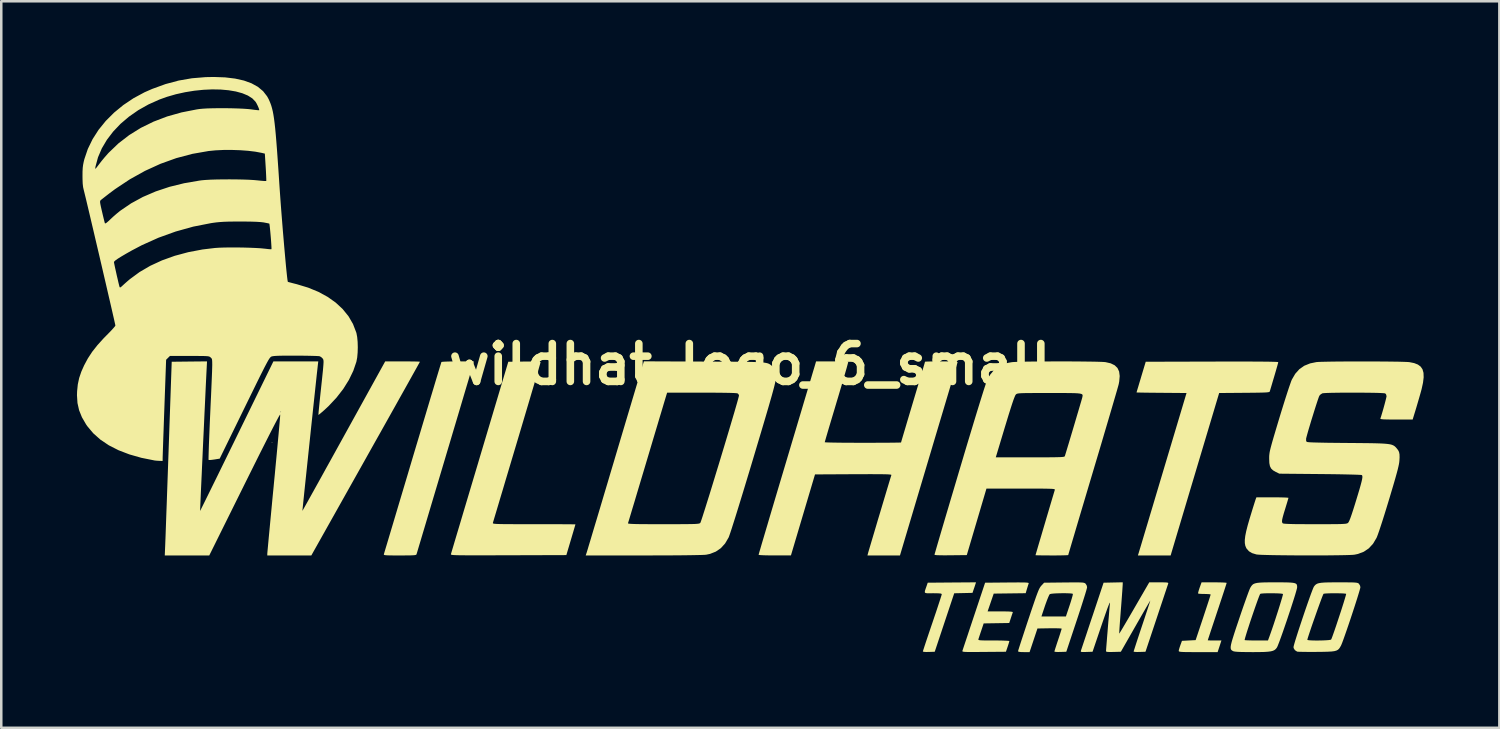
<source format=kicad_pcb>
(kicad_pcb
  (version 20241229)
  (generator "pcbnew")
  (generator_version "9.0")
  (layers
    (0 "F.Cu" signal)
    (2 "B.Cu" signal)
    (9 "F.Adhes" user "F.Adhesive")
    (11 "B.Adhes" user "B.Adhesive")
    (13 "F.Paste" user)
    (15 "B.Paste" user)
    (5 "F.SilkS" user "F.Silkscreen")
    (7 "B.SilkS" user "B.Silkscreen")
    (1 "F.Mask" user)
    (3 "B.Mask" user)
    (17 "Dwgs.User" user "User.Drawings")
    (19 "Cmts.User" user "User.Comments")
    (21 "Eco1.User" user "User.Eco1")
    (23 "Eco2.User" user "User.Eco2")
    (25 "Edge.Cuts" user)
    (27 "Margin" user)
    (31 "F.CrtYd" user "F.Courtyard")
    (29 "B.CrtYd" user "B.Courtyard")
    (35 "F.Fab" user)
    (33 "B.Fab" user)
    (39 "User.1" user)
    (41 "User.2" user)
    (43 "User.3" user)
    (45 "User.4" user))
  (footprint "wildhat_logo_6_small"
    (layer "F.Cu")
    (at 26.692 11.385)
    (property "Reference" "wildhat_logo_6_small" (at 0 0 0) (layer "F.SilkS") (effects (font (size 1.5 1.5) (thickness 0.3))))
    (attr board_only exclude_from_pos_files exclude_from_bom)
    (fp_poly (pts (xy -18.949 3.096) (xy -18.964 3.11) (xy -18.978 3.096) (xy -18.964 3.081)) (stroke (width 0) (type solid)) (fill yes) (layer "F.SilkS"))
    (fp_poly (pts (xy 8.911 8.704) (xy 8.89 8.769) (xy 8.859 8.862) (xy 8.841 8.913) (xy 8.792 9.057) (xy 8.43 9.065) (xy 8.068 9.073) (xy 7.682 10.231) (xy 7.296 11.39) (xy 7.06 11.398) (xy 6.95 11.399) (xy 6.869 11.394) (xy 6.828 11.383) (xy 6.825 11.38) (xy 6.834 11.347) (xy 6.86 11.267) (xy 6.9 11.143) (xy 6.953 10.983) (xy 7.017 10.792) (xy 7.09 10.576) (xy 7.169 10.341) (xy 7.2 10.252) (xy 7.281 10.011) (xy 7.357 9.787) (xy 7.424 9.584) (xy 7.481 9.41) (xy 7.526 9.271) (xy 7.558 9.171) (xy 7.573 9.118) (xy 7.574 9.111) (xy 7.563 9.094) (xy 7.524 9.082) (xy 7.449 9.075) (xy 7.33 9.072) (xy 7.226 9.071) (xy 7.077 9.073) (xy 6.977 9.071) (xy 6.921 9.058) (xy 6.901 9.028) (xy 6.909 8.972) (xy 6.939 8.882) (xy 6.969 8.798) (xy 7.018 8.654) (xy 7.975 8.646) (xy 8.932 8.639)) (stroke (width 0) (type solid)) (fill yes) (layer "F.SilkS"))
    (fp_poly (pts (xy 18.528 8.641) (xy 18.668 8.644) (xy 18.776 8.649) (xy 18.844 8.655) (xy 18.863 8.661) (xy 18.854 8.693) (xy 18.829 8.773) (xy 18.789 8.896) (xy 18.737 9.055) (xy 18.674 9.247) (xy 18.602 9.463) (xy 18.524 9.699) (xy 18.488 9.806) (xy 18.408 10.048) (xy 18.333 10.272) (xy 18.266 10.473) (xy 18.209 10.645) (xy 18.164 10.783) (xy 18.132 10.879) (xy 18.116 10.93) (xy 18.114 10.936) (xy 18.141 10.939) (xy 18.212 10.942) (xy 18.317 10.943) (xy 18.385 10.943) (xy 18.656 10.943) (xy 18.581 11.174) (xy 18.505 11.404) (xy 17.734 11.404) (xy 17.502 11.404) (xy 17.322 11.403) (xy 17.187 11.401) (xy 17.091 11.397) (xy 17.027 11.391) (xy 16.988 11.383) (xy 16.97 11.373) (xy 16.964 11.359) (xy 16.964 11.354) (xy 16.974 11.301) (xy 17 11.215) (xy 17.029 11.13) (xy 17.092 10.958) (xy 17.363 10.943) (xy 17.634 10.929) (xy 17.932 10.037) (xy 18.003 9.821) (xy 18.069 9.622) (xy 18.126 9.448) (xy 18.173 9.305) (xy 18.207 9.198) (xy 18.226 9.136) (xy 18.229 9.122) (xy 18.203 9.112) (xy 18.132 9.105) (xy 18.03 9.101) (xy 17.989 9.1) (xy 17.877 9.098) (xy 17.789 9.093) (xy 17.738 9.086) (xy 17.732 9.083) (xy 17.733 9.05) (xy 17.752 8.977) (xy 17.783 8.879) (xy 17.792 8.853) (xy 17.869 8.639) (xy 18.366 8.639)) (stroke (width 0) (type solid)) (fill yes) (layer "F.SilkS"))
    (fp_poly (pts (xy 10.756 8.644) (xy 10.865 8.646) (xy 10.941 8.65) (xy 10.988 8.656) (xy 11.012 8.664) (xy 11.02 8.675) (xy 11.017 8.688) (xy 10.999 8.742) (xy 10.972 8.829) (xy 10.949 8.904) (xy 10.9 9.07) (xy 10.267 9.078) (xy 9.633 9.086) (xy 9.512 9.439) (xy 9.391 9.791) (xy 9.897 9.791) (xy 10.086 9.792) (xy 10.224 9.795) (xy 10.316 9.801) (xy 10.369 9.809) (xy 10.389 9.821) (xy 10.389 9.827) (xy 10.374 9.871) (xy 10.346 9.953) (xy 10.313 10.054) (xy 10.312 10.057) (xy 10.248 10.251) (xy 9.741 10.259) (xy 9.235 10.267) (xy 9.139 10.553) (xy 9.097 10.678) (xy 9.061 10.786) (xy 9.036 10.863) (xy 9.026 10.891) (xy 9.024 10.909) (xy 9.034 10.921) (xy 9.063 10.931) (xy 9.118 10.937) (xy 9.206 10.941) (xy 9.334 10.943) (xy 9.509 10.943) (xy 9.631 10.943) (xy 9.813 10.944) (xy 9.974 10.947) (xy 10.106 10.952) (xy 10.2 10.957) (xy 10.248 10.964) (xy 10.252 10.966) (xy 10.244 11.003) (xy 10.221 11.079) (xy 10.189 11.178) (xy 10.185 11.19) (xy 10.117 11.39) (xy 9.247 11.397) (xy 9 11.399) (xy 8.805 11.4) (xy 8.656 11.4) (xy 8.546 11.398) (xy 8.471 11.394) (xy 8.424 11.388) (xy 8.399 11.379) (xy 8.391 11.368) (xy 8.392 11.354) (xy 8.405 11.317) (xy 8.433 11.231) (xy 8.476 11.102) (xy 8.532 10.934) (xy 8.599 10.734) (xy 8.674 10.507) (xy 8.757 10.258) (xy 8.845 9.994) (xy 8.85 9.979) (xy 9.292 8.654) (xy 10.164 8.646) (xy 10.411 8.644) (xy 10.607 8.643)) (stroke (width 0) (type solid)) (fill yes) (layer "F.SilkS"))
    (fp_poly (pts (xy -10.986 -0.036) (xy -10.996 0.001) (xy -11.022 0.089) (xy -11.063 0.227) (xy -11.117 0.409) (xy -11.183 0.634) (xy -11.262 0.898) (xy -11.351 1.197) (xy -11.449 1.528) (xy -11.556 1.889) (xy -11.671 2.275) (xy -11.793 2.683) (xy -11.92 3.111) (xy -12.053 3.555) (xy -12.113 3.758) (xy -12.247 4.207) (xy -12.377 4.642) (xy -12.501 5.058) (xy -12.619 5.453) (xy -12.729 5.823) (xy -12.831 6.166) (xy -12.924 6.478) (xy -13.007 6.755) (xy -13.078 6.995) (xy -13.138 7.194) (xy -13.184 7.349) (xy -13.216 7.457) (xy -13.234 7.515) (xy -13.236 7.524) (xy -13.245 7.54) (xy -13.266 7.552) (xy -13.305 7.561) (xy -13.371 7.567) (xy -13.47 7.571) (xy -13.608 7.573) (xy -13.794 7.574) (xy -13.899 7.574) (xy -14.108 7.574) (xy -14.267 7.573) (xy -14.381 7.57) (xy -14.458 7.565) (xy -14.505 7.558) (xy -14.528 7.548) (xy -14.533 7.535) (xy -14.531 7.524) (xy -14.521 7.49) (xy -14.496 7.405) (xy -14.456 7.271) (xy -14.402 7.092) (xy -14.336 6.87) (xy -14.258 6.609) (xy -14.169 6.312) (xy -14.071 5.983) (xy -13.964 5.624) (xy -13.849 5.239) (xy -13.727 4.831) (xy -13.599 4.403) (xy -13.467 3.958) (xy -13.391 3.703) (xy -13.256 3.251) (xy -13.125 2.815) (xy -13 2.396) (xy -12.881 1.999) (xy -12.77 1.627) (xy -12.667 1.282) (xy -12.572 0.969) (xy -12.489 0.69) (xy -12.416 0.448) (xy -12.355 0.247) (xy -12.307 0.09) (xy -12.273 -0.02) (xy -12.255 -0.08) (xy -12.251 -0.091) (xy -12.219 -0.098) (xy -12.138 -0.104) (xy -12.016 -0.109) (xy -11.862 -0.113) (xy -11.685 -0.115) (xy -11.601 -0.115) (xy -10.966 -0.115)) (stroke (width 0) (type solid)) (fill yes) (layer "F.SilkS"))
    (fp_poly (pts (xy 19.643 -0.109) (xy 19.985 -0.108) (xy 20.272 -0.106) (xy 20.505 -0.104) (xy 20.684 -0.1) (xy 20.811 -0.096) (xy 20.885 -0.091) (xy 20.907 -0.086) (xy 20.9 -0.05) (xy 20.878 0.032) (xy 20.844 0.151) (xy 20.802 0.298) (xy 20.753 0.465) (xy 20.748 0.483) (xy 20.697 0.653) (xy 20.652 0.806) (xy 20.614 0.933) (xy 20.587 1.024) (xy 20.573 1.071) (xy 20.573 1.072) (xy 20.565 1.086) (xy 20.548 1.097) (xy 20.514 1.105) (xy 20.458 1.112) (xy 20.376 1.117) (xy 20.26 1.121) (xy 20.106 1.124) (xy 19.907 1.127) (xy 19.659 1.129) (xy 19.562 1.13) (xy 18.566 1.138) (xy 17.649 4.205) (xy 17.527 4.614) (xy 17.408 5.011) (xy 17.295 5.39) (xy 17.188 5.749) (xy 17.088 6.083) (xy 16.997 6.389) (xy 16.915 6.662) (xy 16.844 6.9) (xy 16.785 7.098) (xy 16.739 7.253) (xy 16.707 7.361) (xy 16.69 7.418) (xy 16.688 7.423) (xy 16.644 7.574) (xy 15.995 7.574) (xy 15.346 7.574) (xy 15.367 7.509) (xy 15.378 7.473) (xy 15.404 7.386) (xy 15.445 7.251) (xy 15.499 7.071) (xy 15.565 6.85) (xy 15.642 6.592) (xy 15.73 6.3) (xy 15.826 5.977) (xy 15.931 5.628) (xy 16.042 5.255) (xy 16.159 4.863) (xy 16.281 4.455) (xy 16.33 4.291) (xy 17.273 1.138) (xy 16.282 1.13) (xy 16.05 1.128) (xy 15.837 1.126) (xy 15.65 1.124) (xy 15.496 1.121) (xy 15.38 1.119) (xy 15.311 1.117) (xy 15.292 1.116) (xy 15.3 1.087) (xy 15.322 1.012) (xy 15.357 0.897) (xy 15.4 0.751) (xy 15.451 0.583) (xy 15.474 0.504) (xy 15.656 -0.101) (xy 18.282 -0.108) (xy 18.792 -0.109) (xy 19.246 -0.11)) (stroke (width 0) (type solid)) (fill yes) (layer "F.SilkS"))
    (fp_poly (pts (xy -8.567 -0.11) (xy -8.445 -0.106) (xy -8.367 -0.1) (xy -8.328 -0.09) (xy -8.323 -0.083) (xy -8.331 -0.052) (xy -8.354 0.032) (xy -8.392 0.163) (xy -8.444 0.339) (xy -8.507 0.556) (xy -8.582 0.811) (xy -8.668 1.099) (xy -8.762 1.419) (xy -8.865 1.765) (xy -8.975 2.135) (xy -9.091 2.526) (xy -9.212 2.932) (xy -9.26 3.093) (xy -9.383 3.505) (xy -9.502 3.903) (xy -9.615 4.282) (xy -9.722 4.639) (xy -9.82 4.971) (xy -9.911 5.273) (xy -9.991 5.543) (xy -10.061 5.777) (xy -10.119 5.971) (xy -10.164 6.121) (xy -10.195 6.225) (xy -10.211 6.279) (xy -10.212 6.285) (xy -10.213 6.296) (xy -10.205 6.305) (xy -10.184 6.313) (xy -10.147 6.319) (xy -10.087 6.324) (xy -10.002 6.328) (xy -9.887 6.331) (xy -9.737 6.333) (xy -9.549 6.334) (xy -9.317 6.335) (xy -9.038 6.335) (xy -8.707 6.336) (xy -8.584 6.336) (xy -8.282 6.336) (xy -7.998 6.336) (xy -7.738 6.337) (xy -7.505 6.337) (xy -7.306 6.338) (xy -7.145 6.339) (xy -7.027 6.341) (xy -6.958 6.342) (xy -6.941 6.343) (xy -6.949 6.371) (xy -6.971 6.447) (xy -7.005 6.562) (xy -7.048 6.708) (xy -7.098 6.877) (xy -7.121 6.955) (xy -7.301 7.56) (xy -9.595 7.567) (xy -10.012 7.568) (xy -10.376 7.569) (xy -10.689 7.57) (xy -10.956 7.57) (xy -11.18 7.569) (xy -11.365 7.568) (xy -11.514 7.567) (xy -11.632 7.564) (xy -11.721 7.561) (xy -11.786 7.557) (xy -11.831 7.552) (xy -11.858 7.545) (xy -11.872 7.538) (xy -11.876 7.53) (xy -11.875 7.524) (xy -11.865 7.49) (xy -11.84 7.405) (xy -11.8 7.271) (xy -11.747 7.092) (xy -11.681 6.87) (xy -11.603 6.609) (xy -11.514 6.312) (xy -11.416 5.982) (xy -11.309 5.623) (xy -11.194 5.238) (xy -11.072 4.829) (xy -10.944 4.401) (xy -10.811 3.956) (xy -10.731 3.686) (xy -9.601 -0.101) (xy -8.962 -0.109) (xy -8.738 -0.11)) (stroke (width 0) (type solid)) (fill yes) (layer "F.SilkS"))
    (fp_poly (pts (xy 12.981 8.642) (xy 13.084 8.645) (xy 13.156 8.649) (xy 13.205 8.657) (xy 13.237 8.668) (xy 13.26 8.682) (xy 13.275 8.696) (xy 13.319 8.767) (xy 13.333 8.834) (xy 13.324 8.877) (xy 13.299 8.969) (xy 13.259 9.103) (xy 13.205 9.275) (xy 13.141 9.477) (xy 13.068 9.705) (xy 12.987 9.952) (xy 12.921 10.151) (xy 12.509 11.39) (xy 12.273 11.398) (xy 12.165 11.399) (xy 12.083 11.395) (xy 12.041 11.386) (xy 12.038 11.383) (xy 12.046 11.348) (xy 12.07 11.27) (xy 12.107 11.156) (xy 12.152 11.017) (xy 12.182 10.929) (xy 12.231 10.781) (xy 12.273 10.651) (xy 12.304 10.551) (xy 12.323 10.49) (xy 12.326 10.476) (xy 12.298 10.468) (xy 12.223 10.463) (xy 12.109 10.46) (xy 11.966 10.459) (xy 11.846 10.46) (xy 11.366 10.468) (xy 11.21 10.936) (xy 11.054 11.404) (xy 10.826 11.404) (xy 10.701 11.401) (xy 10.627 11.391) (xy 10.598 11.373) (xy 10.598 11.368) (xy 10.606 11.334) (xy 10.632 11.251) (xy 10.672 11.125) (xy 10.725 10.961) (xy 10.789 10.766) (xy 10.862 10.544) (xy 10.942 10.301) (xy 11.006 10.109) (xy 11.045 9.993) (xy 11.523 9.993) (xy 12.008 9.993) (xy 12.493 9.993) (xy 12.639 9.557) (xy 12.688 9.407) (xy 12.727 9.277) (xy 12.756 9.175) (xy 12.769 9.112) (xy 12.769 9.096) (xy 12.735 9.085) (xy 12.654 9.077) (xy 12.541 9.072) (xy 12.408 9.07) (xy 12.266 9.072) (xy 12.128 9.076) (xy 12.006 9.083) (xy 11.913 9.093) (xy 11.86 9.105) (xy 11.856 9.107) (xy 11.83 9.146) (xy 11.792 9.23) (xy 11.745 9.347) (xy 11.693 9.488) (xy 11.665 9.568) (xy 11.523 9.993) (xy 11.045 9.993) (xy 11.104 9.815) (xy 11.187 9.571) (xy 11.255 9.372) (xy 11.311 9.211) (xy 11.358 9.085) (xy 11.396 8.988) (xy 11.428 8.914) (xy 11.457 8.859) (xy 11.483 8.817) (xy 11.51 8.784) (xy 11.522 8.769) (xy 11.63 8.654) (xy 12.423 8.645) (xy 12.658 8.643) (xy 12.841 8.642)) (stroke (width 0) (type solid)) (fill yes) (layer "F.SilkS"))
    (fp_poly (pts (xy 14.745 8.712) (xy 14.742 8.758) (xy 14.736 8.854) (xy 14.727 8.992) (xy 14.714 9.166) (xy 14.699 9.367) (xy 14.682 9.588) (xy 14.671 9.724) (xy 14.654 9.95) (xy 14.638 10.157) (xy 14.625 10.338) (xy 14.615 10.486) (xy 14.609 10.595) (xy 14.606 10.658) (xy 14.606 10.671) (xy 14.622 10.649) (xy 14.664 10.582) (xy 14.728 10.475) (xy 14.811 10.334) (xy 14.912 10.164) (xy 15.025 9.97) (xy 15.149 9.757) (xy 15.205 9.66) (xy 15.796 8.64) (xy 16.179 8.64) (xy 16.334 8.64) (xy 16.44 8.643) (xy 16.506 8.648) (xy 16.539 8.658) (xy 16.55 8.673) (xy 16.547 8.69) (xy 16.535 8.727) (xy 16.506 8.812) (xy 16.463 8.942) (xy 16.407 9.109) (xy 16.341 9.309) (xy 16.265 9.536) (xy 16.182 9.785) (xy 16.094 10.05) (xy 16.089 10.065) (xy 15.647 11.39) (xy 15.412 11.398) (xy 15.304 11.399) (xy 15.222 11.395) (xy 15.18 11.387) (xy 15.177 11.383) (xy 15.185 11.351) (xy 15.211 11.271) (xy 15.25 11.149) (xy 15.301 10.991) (xy 15.363 10.803) (xy 15.433 10.592) (xy 15.508 10.367) (xy 15.584 10.14) (xy 15.653 9.93) (xy 15.715 9.744) (xy 15.766 9.587) (xy 15.805 9.467) (xy 15.83 9.389) (xy 15.839 9.36) (xy 15.825 9.381) (xy 15.786 9.447) (xy 15.724 9.552) (xy 15.643 9.692) (xy 15.545 9.862) (xy 15.433 10.056) (xy 15.311 10.269) (xy 15.255 10.367) (xy 14.671 11.39) (xy 14.377 11.398) (xy 14.237 11.4) (xy 14.147 11.397) (xy 14.099 11.387) (xy 14.082 11.37) (xy 14.082 11.368) (xy 14.085 11.331) (xy 14.091 11.245) (xy 14.101 11.119) (xy 14.114 10.96) (xy 14.128 10.777) (xy 14.145 10.578) (xy 14.161 10.373) (xy 14.178 10.168) (xy 14.195 9.973) (xy 14.209 9.796) (xy 14.222 9.645) (xy 14.232 9.529) (xy 14.239 9.46) (xy 14.235 9.442) (xy 14.216 9.475) (xy 14.181 9.56) (xy 14.129 9.697) (xy 14.062 9.887) (xy 13.977 10.131) (xy 13.901 10.353) (xy 13.55 11.39) (xy 13.31 11.398) (xy 13.193 11.401) (xy 13.123 11.399) (xy 13.09 11.389) (xy 13.082 11.371) (xy 13.086 11.355) (xy 13.098 11.318) (xy 13.127 11.232) (xy 13.17 11.102) (xy 13.226 10.934) (xy 13.293 10.734) (xy 13.368 10.507) (xy 13.451 10.258) (xy 13.539 9.994) (xy 13.545 9.979) (xy 13.986 8.654) (xy 14.365 8.646) (xy 14.745 8.638)) (stroke (width 0) (type solid)) (fill yes) (layer "F.SilkS"))
    (fp_poly (pts (xy 21.042 8.64) (xy 21.235 8.642) (xy 21.383 8.648) (xy 21.492 8.658) (xy 21.567 8.674) (xy 21.615 8.697) (xy 21.642 8.73) (xy 21.653 8.772) (xy 21.656 8.826) (xy 21.656 8.835) (xy 21.647 8.887) (xy 21.62 8.986) (xy 21.58 9.124) (xy 21.527 9.295) (xy 21.464 9.491) (xy 21.395 9.705) (xy 21.32 9.929) (xy 21.244 10.157) (xy 21.167 10.381) (xy 21.094 10.593) (xy 21.025 10.787) (xy 20.964 10.955) (xy 20.912 11.09) (xy 20.874 11.184) (xy 20.85 11.23) (xy 20.809 11.281) (xy 20.761 11.321) (xy 20.699 11.351) (xy 20.616 11.373) (xy 20.505 11.388) (xy 20.358 11.398) (xy 20.17 11.402) (xy 19.933 11.404) (xy 19.877 11.404) (xy 19.632 11.402) (xy 19.439 11.399) (xy 19.296 11.393) (xy 19.196 11.384) (xy 19.136 11.372) (xy 19.122 11.367) (xy 19.083 11.345) (xy 19.052 11.322) (xy 19.032 11.29) (xy 19.022 11.246) (xy 19.023 11.185) (xy 19.037 11.101) (xy 19.065 10.989) (xy 19.083 10.927) (xy 19.576 10.927) (xy 19.609 10.933) (xy 19.689 10.937) (xy 19.807 10.941) (xy 19.952 10.943) (xy 20.046 10.943) (xy 20.5 10.943) (xy 20.556 10.792) (xy 20.606 10.651) (xy 20.664 10.485) (xy 20.727 10.3) (xy 20.791 10.105) (xy 20.855 9.907) (xy 20.917 9.715) (xy 20.973 9.536) (xy 21.021 9.378) (xy 21.06 9.248) (xy 21.085 9.155) (xy 21.095 9.106) (xy 21.095 9.101) (xy 21.061 9.091) (xy 20.982 9.082) (xy 20.87 9.076) (xy 20.738 9.073) (xy 20.597 9.072) (xy 20.46 9.073) (xy 20.34 9.077) (xy 20.248 9.084) (xy 20.197 9.094) (xy 20.194 9.095) (xy 20.177 9.127) (xy 20.145 9.205) (xy 20.101 9.322) (xy 20.048 9.469) (xy 19.988 9.639) (xy 19.924 9.825) (xy 19.858 10.018) (xy 19.793 10.211) (xy 19.733 10.396) (xy 19.678 10.565) (xy 19.633 10.711) (xy 19.599 10.825) (xy 19.579 10.899) (xy 19.576 10.927) (xy 19.083 10.927) (xy 19.108 10.845) (xy 19.165 10.663) (xy 19.239 10.437) (xy 19.331 10.165) (xy 19.363 10.069) (xy 19.446 9.824) (xy 19.526 9.592) (xy 19.601 9.38) (xy 19.667 9.195) (xy 19.723 9.042) (xy 19.767 8.928) (xy 19.796 8.861) (xy 19.801 8.852) (xy 19.838 8.792) (xy 19.877 8.744) (xy 19.924 8.707) (xy 19.987 8.681) (xy 20.073 8.662) (xy 20.188 8.65) (xy 20.34 8.643) (xy 20.535 8.64) (xy 20.78 8.639) (xy 20.797 8.639)) (stroke (width 0) (type solid)) (fill yes) (layer "F.SilkS"))
    (fp_poly (pts (xy 23.537 8.64) (xy 23.711 8.641) (xy 23.843 8.643) (xy 23.938 8.647) (xy 24.004 8.654) (xy 24.048 8.663) (xy 24.078 8.675) (xy 24.099 8.692) (xy 24.104 8.697) (xy 24.148 8.768) (xy 24.162 8.832) (xy 24.153 8.879) (xy 24.127 8.973) (xy 24.087 9.106) (xy 24.036 9.273) (xy 23.975 9.464) (xy 23.907 9.674) (xy 23.835 9.893) (xy 23.761 10.117) (xy 23.687 10.336) (xy 23.616 10.543) (xy 23.55 10.732) (xy 23.492 10.895) (xy 23.444 11.025) (xy 23.408 11.114) (xy 23.393 11.147) (xy 23.354 11.216) (xy 23.316 11.271) (xy 23.27 11.313) (xy 23.21 11.344) (xy 23.13 11.366) (xy 23.021 11.38) (xy 22.876 11.388) (xy 22.689 11.393) (xy 22.453 11.395) (xy 22.419 11.396) (xy 22.22 11.396) (xy 22.038 11.396) (xy 21.882 11.394) (xy 21.761 11.392) (xy 21.682 11.388) (xy 21.656 11.385) (xy 21.567 11.327) (xy 21.518 11.246) (xy 21.512 11.205) (xy 21.522 11.156) (xy 21.548 11.06) (xy 21.588 10.925) (xy 21.591 10.917) (xy 22.059 10.917) (xy 22.086 10.929) (xy 22.159 10.937) (xy 22.266 10.942) (xy 22.396 10.945) (xy 22.537 10.944) (xy 22.677 10.941) (xy 22.806 10.935) (xy 22.911 10.927) (xy 22.98 10.916) (xy 23.002 10.907) (xy 23.02 10.869) (xy 23.052 10.786) (xy 23.095 10.665) (xy 23.148 10.514) (xy 23.207 10.341) (xy 23.269 10.153) (xy 23.333 9.96) (xy 23.396 9.769) (xy 23.454 9.587) (xy 23.506 9.422) (xy 23.548 9.283) (xy 23.579 9.177) (xy 23.596 9.112) (xy 23.598 9.096) (xy 23.565 9.087) (xy 23.486 9.08) (xy 23.375 9.075) (xy 23.243 9.073) (xy 23.103 9.072) (xy 22.967 9.074) (xy 22.847 9.078) (xy 22.756 9.084) (xy 22.705 9.093) (xy 22.701 9.095) (xy 22.686 9.125) (xy 22.654 9.202) (xy 22.61 9.318) (xy 22.556 9.465) (xy 22.494 9.635) (xy 22.428 9.82) (xy 22.36 10.014) (xy 22.292 10.206) (xy 22.228 10.391) (xy 22.171 10.56) (xy 22.123 10.705) (xy 22.086 10.819) (xy 22.064 10.893) (xy 22.059 10.917) (xy 21.591 10.917) (xy 21.641 10.757) (xy 21.703 10.563) (xy 21.773 10.351) (xy 21.847 10.128) (xy 21.923 9.901) (xy 21.999 9.678) (xy 22.073 9.465) (xy 22.142 9.27) (xy 22.203 9.1) (xy 22.255 8.962) (xy 22.294 8.864) (xy 22.319 8.812) (xy 22.32 8.81) (xy 22.358 8.761) (xy 22.399 8.723) (xy 22.451 8.693) (xy 22.519 8.672) (xy 22.612 8.657) (xy 22.736 8.647) (xy 22.898 8.642) (xy 23.105 8.64) (xy 23.311 8.639)) (stroke (width 0) (type solid)) (fill yes) (layer "F.SilkS"))
    (fp_poly (pts (xy 3.409 -0.114) (xy 3.574 -0.112) (xy 3.709 -0.108) (xy 3.808 -0.102) (xy 3.861 -0.096) (xy 3.867 -0.094) (xy 3.862 -0.063) (xy 3.84 0.018) (xy 3.806 0.144) (xy 3.758 0.311) (xy 3.7 0.512) (xy 3.632 0.744) (xy 3.556 1.001) (xy 3.474 1.278) (xy 3.408 1.497) (xy 3.322 1.786) (xy 3.24 2.059) (xy 3.165 2.31) (xy 3.098 2.535) (xy 3.041 2.728) (xy 2.995 2.885) (xy 2.962 3.001) (xy 2.942 3.07) (xy 2.937 3.088) (xy 2.965 3.092) (xy 3.046 3.096) (xy 3.173 3.1) (xy 3.341 3.103) (xy 3.547 3.106) (xy 3.783 3.108) (xy 4.044 3.109) (xy 4.326 3.11) (xy 4.449 3.11) (xy 4.738 3.11) (xy 5.009 3.109) (xy 5.257 3.108) (xy 5.475 3.107) (xy 5.66 3.105) (xy 5.805 3.103) (xy 5.906 3.101) (xy 5.956 3.099) (xy 5.961 3.097) (xy 5.969 3.068) (xy 5.992 2.989) (xy 6.029 2.864) (xy 6.078 2.699) (xy 6.138 2.498) (xy 6.206 2.267) (xy 6.283 2.01) (xy 6.366 1.733) (xy 6.436 1.498) (xy 6.523 1.207) (xy 6.605 0.933) (xy 6.68 0.681) (xy 6.748 0.455) (xy 6.805 0.261) (xy 6.852 0.103) (xy 6.886 -0.013) (xy 6.906 -0.083) (xy 6.912 -0.102) (xy 6.939 -0.106) (xy 7.016 -0.109) (xy 7.134 -0.112) (xy 7.286 -0.114) (xy 7.463 -0.115) (xy 7.563 -0.115) (xy 7.781 -0.115) (xy 7.947 -0.112) (xy 8.067 -0.108) (xy 8.145 -0.102) (xy 8.188 -0.093) (xy 8.201 -0.082) (xy 8.201 -0.079) (xy 8.191 -0.048) (xy 8.166 0.036) (xy 8.127 0.168) (xy 8.073 0.346) (xy 8.007 0.566) (xy 7.93 0.826) (xy 7.842 1.122) (xy 7.744 1.45) (xy 7.637 1.809) (xy 7.522 2.193) (xy 7.4 2.602) (xy 7.272 3.03) (xy 7.14 3.475) (xy 7.053 3.765) (xy 5.918 7.574) (xy 5.274 7.574) (xy 4.63 7.574) (xy 4.65 7.497) (xy 4.661 7.455) (xy 4.688 7.364) (xy 4.727 7.232) (xy 4.777 7.063) (xy 4.836 6.865) (xy 4.902 6.643) (xy 4.973 6.404) (xy 5.047 6.153) (xy 5.124 5.898) (xy 5.2 5.643) (xy 5.274 5.396) (xy 5.344 5.162) (xy 5.408 4.948) (xy 5.465 4.759) (xy 5.512 4.603) (xy 5.548 4.484) (xy 5.571 4.41) (xy 5.579 4.386) (xy 5.573 4.378) (xy 5.548 4.371) (xy 5.499 4.365) (xy 5.422 4.36) (xy 5.312 4.357) (xy 5.166 4.355) (xy 4.979 4.354) (xy 4.748 4.353) (xy 4.468 4.354) (xy 4.135 4.355) (xy 4.073 4.355) (xy 2.552 4.363) (xy 2.075 5.968) (xy 1.598 7.573) (xy 0.958 7.573) (xy 0.758 7.572) (xy 0.588 7.569) (xy 0.454 7.564) (xy 0.362 7.558) (xy 0.319 7.55) (xy 0.317 7.547) (xy 0.325 7.517) (xy 0.348 7.435) (xy 0.387 7.304) (xy 0.438 7.127) (xy 0.503 6.909) (xy 0.579 6.652) (xy 0.666 6.359) (xy 0.762 6.033) (xy 0.867 5.679) (xy 0.98 5.299) (xy 1.1 4.896) (xy 1.226 4.474) (xy 1.357 4.036) (xy 1.394 3.912) (xy 1.527 3.466) (xy 1.656 3.032) (xy 1.781 2.615) (xy 1.899 2.218) (xy 2.011 1.844) (xy 2.114 1.496) (xy 2.209 1.178) (xy 2.294 0.894) (xy 2.368 0.647) (xy 2.429 0.441) (xy 2.477 0.279) (xy 2.512 0.164) (xy 2.531 0.1) (xy 2.533 0.094) (xy 2.594 -0.115) (xy 3.225 -0.115)) (stroke (width 0) (type solid)) (fill yes) (layer "F.SilkS"))
    (fp_poly (pts (xy -21.558 0.251) (xy -21.565 0.393) (xy -21.574 0.576) (xy -21.585 0.797) (xy -21.597 1.051) (xy -21.61 1.332) (xy -21.624 1.637) (xy -21.64 1.96) (xy -21.655 2.297) (xy -21.671 2.643) (xy -21.688 2.994) (xy -21.704 3.344) (xy -21.719 3.688) (xy -21.735 4.023) (xy -21.749 4.343) (xy -21.763 4.644) (xy -21.776 4.921) (xy -21.787 5.169) (xy -21.796 5.383) (xy -21.804 5.559) (xy -21.809 5.692) (xy -21.813 5.777) (xy -21.814 5.81) (xy -21.814 5.811) (xy -21.801 5.786) (xy -21.764 5.713) (xy -21.705 5.595) (xy -21.626 5.435) (xy -21.528 5.236) (xy -21.412 5.001) (xy -21.281 4.734) (xy -21.135 4.438) (xy -20.977 4.115) (xy -20.808 3.77) (xy -20.63 3.406) (xy -20.443 3.025) (xy -20.359 2.852) (xy -19.887 1.886) (xy -18.632 1.886) (xy -18.618 1.901) (xy -18.604 1.886) (xy -18.618 1.872) (xy -18.632 1.886) (xy -19.887 1.886) (xy -18.909 -0.115) (xy -18.02 -0.115) (xy -17.131 -0.115) (xy -17.149 0.036) (xy -17.157 0.112) (xy -17.171 0.237) (xy -17.19 0.406) (xy -17.212 0.613) (xy -17.238 0.855) (xy -17.267 1.127) (xy -17.299 1.424) (xy -17.333 1.741) (xy -17.368 2.074) (xy -17.405 2.419) (xy -17.442 2.77) (xy -17.479 3.122) (xy -17.516 3.472) (xy -17.552 3.815) (xy -17.587 4.145) (xy -17.62 4.459) (xy -17.651 4.751) (xy -17.679 5.017) (xy -17.703 5.252) (xy -17.724 5.452) (xy -17.74 5.612) (xy -17.752 5.727) (xy -17.758 5.793) (xy -17.759 5.807) (xy -17.745 5.783) (xy -17.705 5.712) (xy -17.64 5.596) (xy -17.552 5.44) (xy -17.444 5.245) (xy -17.316 5.015) (xy -17.171 4.754) (xy -17.01 4.464) (xy -16.836 4.148) (xy -16.648 3.81) (xy -16.451 3.453) (xy -16.244 3.079) (xy -16.117 2.849) (xy -14.479 -0.115) (xy -13.791 -0.115) (xy -13.599 -0.115) (xy -13.427 -0.113) (xy -13.285 -0.111) (xy -13.178 -0.108) (xy -13.116 -0.104) (xy -13.103 -0.101) (xy -13.117 -0.075) (xy -13.158 -0.001) (xy -13.223 0.117) (xy -13.313 0.278) (xy -13.424 0.477) (xy -13.556 0.714) (xy -13.707 0.984) (xy -13.876 1.285) (xy -14.06 1.615) (xy -14.259 1.97) (xy -14.471 2.348) (xy -14.694 2.746) (xy -14.928 3.161) (xy -15.169 3.591) (xy -15.254 3.743) (xy -17.406 7.574) (xy -18.278 7.574) (xy -19.151 7.574) (xy -19.151 7.507) (xy -19.148 7.469) (xy -19.14 7.378) (xy -19.127 7.238) (xy -19.11 7.053) (xy -19.089 6.827) (xy -19.064 6.564) (xy -19.036 6.268) (xy -19.005 5.943) (xy -18.972 5.594) (xy -18.937 5.225) (xy -18.899 4.839) (xy -18.891 4.75) (xy -18.853 4.361) (xy -18.818 3.987) (xy -18.784 3.633) (xy -18.753 3.302) (xy -18.725 2.999) (xy -18.7 2.728) (xy -18.679 2.493) (xy -18.662 2.298) (xy -18.649 2.147) (xy -18.641 2.045) (xy -18.639 1.994) (xy -18.639 1.991) (xy -18.653 2.004) (xy -18.692 2.068) (xy -18.755 2.185) (xy -18.843 2.352) (xy -18.956 2.57) (xy -19.093 2.838) (xy -19.254 3.157) (xy -19.44 3.525) (xy -19.649 3.944) (xy -19.882 4.412) (xy -20.049 4.748) (xy -21.45 7.574) (xy -22.332 7.574) (xy -23.213 7.574) (xy -23.194 7.12) (xy -23.191 7.032) (xy -23.185 6.89) (xy -23.178 6.699) (xy -23.17 6.464) (xy -23.16 6.187) (xy -23.149 5.874) (xy -23.136 5.529) (xy -23.123 5.156) (xy -23.109 4.759) (xy -23.094 4.342) (xy -23.079 3.91) (xy -23.063 3.467) (xy -23.057 3.283) (xy -22.938 -0.101) (xy -22.238 -0.109) (xy -21.539 -0.116)) (stroke (width 0) (type solid)) (fill yes) (layer "F.SilkS"))
    (fp_poly (pts (xy -1.862 -0.108) (xy -1.426 -0.106) (xy -1.043 -0.104) (xy -0.711 -0.103) (xy -0.425 -0.1) (xy -0.18 -0.097) (xy 0.025 -0.094) (xy 0.197 -0.089) (xy 0.337 -0.083) (xy 0.451 -0.075) (xy 0.542 -0.066) (xy 0.613 -0.054) (xy 0.669 -0.041) (xy 0.714 -0.025) (xy 0.751 -0.006) (xy 0.784 0.015) (xy 0.818 0.04) (xy 0.831 0.05) (xy 0.92 0.136) (xy 0.975 0.24) (xy 1.001 0.374) (xy 1 0.549) (xy 1 0.562) (xy 0.995 0.606) (xy 0.986 0.663) (xy 0.971 0.735) (xy 0.95 0.825) (xy 0.922 0.937) (xy 0.885 1.073) (xy 0.84 1.238) (xy 0.784 1.433) (xy 0.718 1.663) (xy 0.64 1.929) (xy 0.549 2.237) (xy 0.445 2.588) (xy 0.326 2.986) (xy 0.192 3.434) (xy 0.105 3.726) (xy -0.034 4.189) (xy -0.166 4.624) (xy -0.289 5.03) (xy -0.403 5.402) (xy -0.507 5.74) (xy -0.6 6.039) (xy -0.682 6.297) (xy -0.75 6.511) (xy -0.805 6.678) (xy -0.846 6.796) (xy -0.871 6.862) (xy -0.873 6.865) (xy -1.011 7.1) (xy -1.179 7.285) (xy -1.378 7.422) (xy -1.609 7.513) (xy -1.757 7.544) (xy -1.822 7.55) (xy -1.943 7.555) (xy -2.115 7.559) (xy -2.337 7.563) (xy -2.606 7.567) (xy -2.919 7.57) (xy -3.273 7.572) (xy -3.666 7.573) (xy -4.095 7.574) (xy -4.239 7.574) (xy -6.534 7.574) (xy -6.493 7.452) (xy -6.48 7.409) (xy -6.451 7.315) (xy -6.409 7.172) (xy -6.352 6.985) (xy -6.284 6.756) (xy -6.204 6.488) (xy -6.147 6.298) (xy -4.859 6.298) (xy -4.853 6.307) (xy -4.826 6.314) (xy -4.774 6.32) (xy -4.693 6.325) (xy -4.578 6.329) (xy -4.425 6.332) (xy -4.23 6.334) (xy -3.989 6.335) (xy -3.697 6.335) (xy -3.459 6.336) (xy -3.136 6.335) (xy -2.866 6.335) (xy -2.643 6.334) (xy -2.464 6.332) (xy -2.322 6.33) (xy -2.214 6.327) (xy -2.134 6.322) (xy -2.077 6.316) (xy -2.038 6.308) (xy -2.013 6.299) (xy -1.997 6.288) (xy -1.993 6.284) (xy -1.979 6.251) (xy -1.949 6.167) (xy -1.906 6.037) (xy -1.852 5.867) (xy -1.786 5.661) (xy -1.712 5.423) (xy -1.629 5.159) (xy -1.541 4.873) (xy -1.448 4.57) (xy -1.352 4.255) (xy -1.253 3.933) (xy -1.155 3.608) (xy -1.057 3.285) (xy -0.962 2.969) (xy -0.871 2.665) (xy -0.786 2.378) (xy -0.707 2.112) (xy -0.636 1.872) (xy -0.576 1.663) (xy -0.526 1.489) (xy -0.49 1.357) (xy -0.467 1.269) (xy -0.46 1.232) (xy -0.484 1.18) (xy -0.516 1.153) (xy -0.561 1.145) (xy -0.661 1.138) (xy -0.816 1.133) (xy -1.025 1.129) (xy -1.286 1.126) (xy -1.598 1.124) (xy -1.94 1.123) (xy -3.307 1.123) (xy -3.337 1.217) (xy -3.349 1.258) (xy -3.377 1.35) (xy -3.419 1.489) (xy -3.473 1.671) (xy -3.539 1.892) (xy -3.616 2.147) (xy -3.701 2.433) (xy -3.795 2.746) (xy -3.895 3.081) (xy -4 3.434) (xy -4.105 3.785) (xy -4.214 4.15) (xy -4.319 4.5) (xy -4.418 4.831) (xy -4.51 5.138) (xy -4.593 5.418) (xy -4.668 5.666) (xy -4.732 5.879) (xy -4.784 6.053) (xy -4.823 6.183) (xy -4.849 6.266) (xy -4.859 6.298) (xy -6.147 6.298) (xy -6.113 6.186) (xy -6.013 5.852) (xy -5.905 5.49) (xy -5.79 5.103) (xy -5.668 4.696) (xy -5.542 4.27) (xy -5.41 3.83) (xy -5.385 3.744) (xy -5.253 3.301) (xy -5.125 2.871) (xy -5.002 2.459) (xy -4.885 2.067) (xy -4.775 1.699) (xy -4.674 1.359) (xy -4.581 1.049) (xy -4.499 0.773) (xy -4.427 0.535) (xy -4.368 0.337) (xy -4.322 0.184) (xy -4.29 0.079) (xy -4.274 0.025) (xy -4.272 0.02) (xy -4.228 -0.118)) (stroke (width 0) (type solid)) (fill yes) (layer "F.SilkS"))
    (fp_poly (pts (xy 12.609 -0.114) (xy 12.895 -0.113) (xy 13.165 -0.11) (xy 13.413 -0.107) (xy 13.632 -0.104) (xy 13.815 -0.099) (xy 13.956 -0.094) (xy 14.048 -0.087) (xy 14.066 -0.085) (xy 14.269 -0.038) (xy 14.425 0.038) (xy 14.536 0.145) (xy 14.602 0.287) (xy 14.625 0.465) (xy 14.606 0.681) (xy 14.588 0.778) (xy 14.575 0.829) (xy 14.546 0.932) (xy 14.503 1.083) (xy 14.446 1.278) (xy 14.377 1.514) (xy 14.297 1.787) (xy 14.207 2.093) (xy 14.108 2.428) (xy 14.001 2.79) (xy 13.888 3.174) (xy 13.768 3.577) (xy 13.643 3.995) (xy 13.566 4.254) (xy 13.44 4.676) (xy 13.319 5.082) (xy 13.204 5.469) (xy 13.095 5.834) (xy 12.994 6.174) (xy 12.902 6.484) (xy 12.82 6.762) (xy 12.748 7.004) (xy 12.688 7.207) (xy 12.641 7.367) (xy 12.607 7.481) (xy 12.589 7.545) (xy 12.585 7.559) (xy 12.557 7.563) (xy 12.48 7.567) (xy 12.362 7.57) (xy 12.211 7.573) (xy 12.034 7.574) (xy 11.937 7.574) (xy 11.751 7.573) (xy 11.585 7.572) (xy 11.449 7.57) (xy 11.35 7.568) (xy 11.296 7.565) (xy 11.289 7.563) (xy 11.297 7.535) (xy 11.319 7.459) (xy 11.354 7.34) (xy 11.399 7.186) (xy 11.453 7.003) (xy 11.514 6.798) (xy 11.579 6.577) (xy 11.647 6.348) (xy 11.715 6.116) (xy 11.783 5.888) (xy 11.847 5.671) (xy 11.906 5.472) (xy 11.958 5.297) (xy 12.001 5.153) (xy 12.033 5.046) (xy 12.052 4.983) (xy 12.054 4.975) (xy 12.055 4.963) (xy 12.047 4.953) (xy 12.025 4.946) (xy 11.985 4.939) (xy 11.921 4.934) (xy 11.829 4.931) (xy 11.704 4.928) (xy 11.541 4.926) (xy 11.336 4.925) (xy 11.084 4.925) (xy 10.78 4.925) (xy 10.708 4.925) (xy 9.345 4.925) (xy 8.956 6.242) (xy 8.566 7.56) (xy 7.926 7.567) (xy 7.688 7.569) (xy 7.506 7.567) (xy 7.379 7.563) (xy 7.307 7.555) (xy 7.286 7.545) (xy 7.294 7.514) (xy 7.318 7.431) (xy 7.356 7.3) (xy 7.407 7.124) (xy 7.471 6.906) (xy 7.546 6.65) (xy 7.632 6.359) (xy 7.727 6.037) (xy 7.831 5.687) (xy 7.942 5.312) (xy 8.06 4.916) (xy 8.183 4.502) (xy 8.282 4.168) (xy 8.426 3.686) (xy 9.715 3.686) (xy 11.076 3.686) (xy 11.392 3.686) (xy 11.655 3.686) (xy 11.87 3.685) (xy 12.043 3.683) (xy 12.177 3.68) (xy 12.278 3.677) (xy 12.35 3.672) (xy 12.399 3.666) (xy 12.429 3.658) (xy 12.445 3.648) (xy 12.452 3.637) (xy 12.452 3.636) (xy 12.499 3.483) (xy 12.554 3.301) (xy 12.616 3.096) (xy 12.682 2.874) (xy 12.751 2.644) (xy 12.82 2.412) (xy 12.887 2.185) (xy 12.951 1.969) (xy 13.009 1.773) (xy 13.059 1.602) (xy 13.1 1.464) (xy 13.128 1.366) (xy 13.142 1.314) (xy 13.143 1.31) (xy 13.151 1.27) (xy 13.156 1.237) (xy 13.151 1.209) (xy 13.133 1.187) (xy 13.096 1.171) (xy 13.036 1.158) (xy 12.948 1.149) (xy 12.827 1.143) (xy 12.669 1.14) (xy 12.469 1.138) (xy 12.222 1.138) (xy 11.923 1.138) (xy 11.838 1.138) (xy 11.535 1.138) (xy 11.284 1.138) (xy 11.081 1.139) (xy 10.919 1.14) (xy 10.794 1.143) (xy 10.7 1.147) (xy 10.632 1.152) (xy 10.585 1.159) (xy 10.553 1.168) (xy 10.531 1.179) (xy 10.515 1.193) (xy 10.508 1.2) (xy 10.485 1.236) (xy 10.454 1.31) (xy 10.411 1.423) (xy 10.358 1.58) (xy 10.293 1.783) (xy 10.214 2.034) (xy 10.122 2.337) (xy 10.08 2.474) (xy 9.715 3.686) (xy 8.426 3.686) (xy 8.444 3.624) (xy 8.595 3.12) (xy 8.735 2.657) (xy 8.862 2.237) (xy 8.977 1.861) (xy 9.079 1.53) (xy 9.167 1.247) (xy 9.241 1.013) (xy 9.301 0.829) (xy 9.346 0.697) (xy 9.375 0.618) (xy 9.381 0.605) (xy 9.498 0.404) (xy 9.643 0.23) (xy 9.804 0.093) (xy 9.967 0.007) (xy 10.08 -0.028) (xy 10.219 -0.061) (xy 10.35 -0.084) (xy 10.428 -0.091) (xy 10.556 -0.096) (xy 10.728 -0.101) (xy 10.937 -0.106) (xy 11.178 -0.109) (xy 11.442 -0.112) (xy 11.725 -0.113) (xy 12.017 -0.114) (xy 12.315 -0.115)) (stroke (width 0) (type solid)) (fill yes) (layer "F.SilkS"))
    (fp_poly (pts (xy 24.653 -0.112) (xy 24.937 -0.111) (xy 25.205 -0.109) (xy 25.451 -0.106) (xy 25.669 -0.103) (xy 25.851 -0.098) (xy 25.992 -0.093) (xy 26.084 -0.088) (xy 26.106 -0.085) (xy 26.292 -0.048) (xy 26.44 0.01) (xy 26.55 0.091) (xy 26.624 0.2) (xy 26.663 0.34) (xy 26.669 0.516) (xy 26.643 0.732) (xy 26.586 0.991) (xy 26.536 1.172) (xy 26.484 1.353) (xy 26.429 1.541) (xy 26.377 1.718) (xy 26.333 1.864) (xy 26.319 1.908) (xy 26.233 2.189) (xy 25.587 2.189) (xy 25.37 2.188) (xy 25.204 2.186) (xy 25.085 2.182) (xy 25.008 2.175) (xy 24.965 2.167) (xy 24.953 2.155) (xy 24.953 2.153) (xy 24.99 2.04) (xy 25.031 1.903) (xy 25.074 1.755) (xy 25.115 1.606) (xy 25.151 1.47) (xy 25.179 1.358) (xy 25.196 1.282) (xy 25.198 1.259) (xy 25.177 1.185) (xy 25.143 1.153) (xy 25.101 1.146) (xy 25.009 1.14) (xy 24.875 1.134) (xy 24.705 1.13) (xy 24.508 1.127) (xy 24.29 1.125) (xy 24.06 1.123) (xy 23.825 1.123) (xy 23.592 1.123) (xy 23.369 1.125) (xy 23.163 1.128) (xy 22.982 1.131) (xy 22.833 1.136) (xy 22.723 1.142) (xy 22.661 1.149) (xy 22.653 1.151) (xy 22.581 1.197) (xy 22.538 1.244) (xy 22.519 1.287) (xy 22.487 1.377) (xy 22.444 1.505) (xy 22.393 1.662) (xy 22.337 1.839) (xy 22.278 2.029) (xy 22.218 2.221) (xy 22.162 2.409) (xy 22.11 2.582) (xy 22.067 2.733) (xy 22.034 2.852) (xy 22.014 2.931) (xy 22.011 2.947) (xy 22.012 3.034) (xy 22.035 3.073) (xy 22.066 3.081) (xy 22.14 3.089) (xy 22.258 3.095) (xy 22.424 3.1) (xy 22.638 3.105) (xy 22.904 3.11) (xy 23.222 3.113) (xy 23.596 3.117) (xy 23.644 3.117) (xy 24.008 3.12) (xy 24.32 3.123) (xy 24.583 3.126) (xy 24.803 3.131) (xy 24.983 3.137) (xy 25.13 3.146) (xy 25.246 3.157) (xy 25.338 3.171) (xy 25.409 3.189) (xy 25.464 3.212) (xy 25.508 3.238) (xy 25.546 3.27) (xy 25.582 3.308) (xy 25.598 3.327) (xy 25.658 3.403) (xy 25.694 3.478) (xy 25.712 3.568) (xy 25.715 3.687) (xy 25.708 3.812) (xy 25.702 3.879) (xy 25.689 3.959) (xy 25.668 4.057) (xy 25.639 4.178) (xy 25.599 4.328) (xy 25.548 4.511) (xy 25.484 4.733) (xy 25.405 4.999) (xy 25.311 5.314) (xy 25.298 5.356) (xy 25.208 5.652) (xy 25.122 5.93) (xy 25.042 6.184) (xy 24.969 6.409) (xy 24.906 6.598) (xy 24.854 6.746) (xy 24.815 6.848) (xy 24.801 6.879) (xy 24.663 7.111) (xy 24.495 7.293) (xy 24.297 7.427) (xy 24.065 7.515) (xy 23.931 7.543) (xy 23.859 7.55) (xy 23.737 7.556) (xy 23.57 7.561) (xy 23.366 7.565) (xy 23.131 7.568) (xy 22.871 7.571) (xy 22.591 7.572) (xy 22.299 7.573) (xy 22 7.573) (xy 21.702 7.572) (xy 21.409 7.57) (xy 21.129 7.567) (xy 20.867 7.564) (xy 20.63 7.56) (xy 20.424 7.555) (xy 20.255 7.55) (xy 20.13 7.543) (xy 20.054 7.536) (xy 20.044 7.535) (xy 19.873 7.483) (xy 19.747 7.409) (xy 19.656 7.306) (xy 19.639 7.278) (xy 19.602 7.19) (xy 19.583 7.086) (xy 19.582 6.958) (xy 19.6 6.802) (xy 19.638 6.611) (xy 19.697 6.38) (xy 19.777 6.103) (xy 19.794 6.047) (xy 19.85 5.863) (xy 19.902 5.694) (xy 19.948 5.548) (xy 19.984 5.435) (xy 20.007 5.364) (xy 20.012 5.349) (xy 20.042 5.27) (xy 20.676 5.27) (xy 20.861 5.271) (xy 21.024 5.274) (xy 21.158 5.278) (xy 21.254 5.283) (xy 21.305 5.289) (xy 21.311 5.292) (xy 21.303 5.326) (xy 21.28 5.405) (xy 21.246 5.518) (xy 21.204 5.656) (xy 21.181 5.731) (xy 21.125 5.913) (xy 21.087 6.049) (xy 21.064 6.146) (xy 21.056 6.214) (xy 21.06 6.259) (xy 21.077 6.291) (xy 21.086 6.301) (xy 21.111 6.31) (xy 21.167 6.317) (xy 21.259 6.323) (xy 21.391 6.328) (xy 21.566 6.332) (xy 21.787 6.334) (xy 22.059 6.335) (xy 22.364 6.336) (xy 22.666 6.335) (xy 22.916 6.335) (xy 23.118 6.334) (xy 23.279 6.332) (xy 23.403 6.329) (xy 23.496 6.324) (xy 23.564 6.319) (xy 23.61 6.311) (xy 23.642 6.302) (xy 23.663 6.29) (xy 23.671 6.284) (xy 23.696 6.253) (xy 23.727 6.19) (xy 23.766 6.093) (xy 23.814 5.956) (xy 23.874 5.774) (xy 23.947 5.543) (xy 23.978 5.442) (xy 24.059 5.176) (xy 24.124 4.959) (xy 24.173 4.786) (xy 24.208 4.652) (xy 24.231 4.552) (xy 24.241 4.481) (xy 24.24 4.433) (xy 24.231 4.403) (xy 24.215 4.388) (xy 24.18 4.383) (xy 24.092 4.378) (xy 23.958 4.373) (xy 23.781 4.368) (xy 23.569 4.363) (xy 23.325 4.358) (xy 23.056 4.354) (xy 22.767 4.351) (xy 22.563 4.349) (xy 20.951 4.334) (xy 20.814 4.267) (xy 20.701 4.202) (xy 20.625 4.129) (xy 20.578 4.036) (xy 20.554 3.912) (xy 20.548 3.744) (xy 20.548 3.679) (xy 20.55 3.62) (xy 20.556 3.56) (xy 20.565 3.493) (xy 20.581 3.414) (xy 20.604 3.318) (xy 20.636 3.198) (xy 20.677 3.05) (xy 20.73 2.868) (xy 20.796 2.646) (xy 20.876 2.378) (xy 20.946 2.145) (xy 21.029 1.872) (xy 21.111 1.608) (xy 21.189 1.36) (xy 21.261 1.136) (xy 21.325 0.941) (xy 21.38 0.783) (xy 21.421 0.667) (xy 21.447 0.605) (xy 21.581 0.375) (xy 21.744 0.193) (xy 21.939 0.057) (xy 22.17 -0.036) (xy 22.417 -0.087) (xy 22.492 -0.093) (xy 22.618 -0.098) (xy 22.788 -0.102) (xy 22.995 -0.106) (xy 23.233 -0.109) (xy 23.495 -0.111) (xy 23.775 -0.112) (xy 24.065 -0.113) (xy 24.36 -0.113)) (stroke (width 0) (type solid)) (fill yes) (layer "F.SilkS"))
    (fp_poly (pts (xy -20.822 -11.369) (xy -20.425 -11.321) (xy -20.076 -11.243) (xy -19.776 -11.134) (xy -19.523 -10.994) (xy -19.317 -10.822) (xy -19.159 -10.619) (xy -19.098 -10.508) (xy -19.059 -10.421) (xy -19.023 -10.333) (xy -18.99 -10.239) (xy -18.961 -10.136) (xy -18.933 -10.02) (xy -18.908 -9.887) (xy -18.884 -9.732) (xy -18.861 -9.553) (xy -18.838 -9.344) (xy -18.815 -9.103) (xy -18.792 -8.825) (xy -18.767 -8.506) (xy -18.741 -8.142) (xy -18.712 -7.729) (xy -18.681 -7.264) (xy -18.674 -7.156) (xy -18.655 -6.877) (xy -18.634 -6.578) (xy -18.611 -6.266) (xy -18.586 -5.944) (xy -18.56 -5.619) (xy -18.534 -5.295) (xy -18.507 -4.978) (xy -18.481 -4.673) (xy -18.455 -4.384) (xy -18.431 -4.117) (xy -18.409 -3.878) (xy -18.388 -3.67) (xy -18.37 -3.501) (xy -18.355 -3.373) (xy -18.343 -3.293) (xy -18.336 -3.267) (xy -18.308 -3.258) (xy -18.234 -3.239) (xy -18.126 -3.21) (xy -17.994 -3.177) (xy -17.976 -3.172) (xy -17.53 -3.037) (xy -17.124 -2.87) (xy -16.759 -2.671) (xy -16.438 -2.443) (xy -16.163 -2.187) (xy -15.934 -1.905) (xy -15.756 -1.599) (xy -15.629 -1.27) (xy -15.618 -1.235) (xy -15.589 -1.08) (xy -15.571 -0.888) (xy -15.565 -0.676) (xy -15.571 -0.462) (xy -15.589 -0.265) (xy -15.62 -0.103) (xy -15.62 -0.101) (xy -15.743 0.258) (xy -15.918 0.62) (xy -16.141 0.977) (xy -16.41 1.323) (xy -16.719 1.653) (xy -16.883 1.806) (xy -16.979 1.89) (xy -17.057 1.956) (xy -17.109 1.997) (xy -17.125 2.006) (xy -17.124 1.977) (xy -17.118 1.896) (xy -17.106 1.771) (xy -17.09 1.608) (xy -17.07 1.412) (xy -17.047 1.191) (xy -17.021 0.951) (xy -17.018 0.921) (xy -16.988 0.644) (xy -16.965 0.419) (xy -16.946 0.24) (xy -16.934 0.1) (xy -16.926 -0.005) (xy -16.922 -0.082) (xy -16.923 -0.136) (xy -16.929 -0.173) (xy -16.937 -0.199) (xy -16.95 -0.219) (xy -16.956 -0.229) (xy -17.018 -0.288) (xy -17.08 -0.32) (xy -17.125 -0.325) (xy -17.221 -0.33) (xy -17.358 -0.334) (xy -17.53 -0.338) (xy -17.728 -0.341) (xy -17.945 -0.342) (xy -18.021 -0.343) (xy -18.287 -0.343) (xy -18.502 -0.342) (xy -18.67 -0.339) (xy -18.797 -0.334) (xy -18.889 -0.327) (xy -18.952 -0.317) (xy -18.987 -0.307) (xy -19.005 -0.297) (xy -19.025 -0.28) (xy -19.048 -0.254) (xy -19.077 -0.214) (xy -19.112 -0.157) (xy -19.155 -0.08) (xy -19.209 0.021) (xy -19.276 0.149) (xy -19.356 0.308) (xy -19.453 0.501) (xy -19.567 0.732) (xy -19.7 1.004) (xy -19.855 1.32) (xy -20.033 1.684) (xy -20.058 1.735) (xy -21.037 3.738) (xy -21.248 3.772) (xy -21.352 3.786) (xy -21.433 3.793) (xy -21.475 3.79) (xy -21.477 3.788) (xy -21.479 3.757) (xy -21.478 3.673) (xy -21.475 3.542) (xy -21.47 3.368) (xy -21.463 3.156) (xy -21.453 2.912) (xy -21.442 2.64) (xy -21.43 2.345) (xy -21.416 2.033) (xy -21.414 1.993) (xy -21.396 1.587) (xy -21.379 1.234) (xy -21.366 0.932) (xy -21.355 0.675) (xy -21.346 0.459) (xy -21.339 0.282) (xy -21.335 0.139) (xy -21.332 0.026) (xy -21.333 -0.061) (xy -21.335 -0.126) (xy -21.339 -0.172) (xy -21.345 -0.204) (xy -21.354 -0.225) (xy -21.364 -0.24) (xy -21.377 -0.252) (xy -21.391 -0.265) (xy -21.411 -0.285) (xy -21.435 -0.3) (xy -21.468 -0.312) (xy -21.517 -0.32) (xy -21.59 -0.325) (xy -21.693 -0.329) (xy -21.833 -0.33) (xy -22.018 -0.331) (xy -22.232 -0.331) (xy -23.008 -0.331) (xy -23.084 -0.256) (xy -23.16 -0.18) (xy -23.228 1.703) (xy -23.24 2.03) (xy -23.251 2.343) (xy -23.261 2.637) (xy -23.271 2.906) (xy -23.279 3.145) (xy -23.286 3.349) (xy -23.291 3.512) (xy -23.295 3.63) (xy -23.297 3.698) (xy -23.297 3.708) (xy -23.298 3.83) (xy -23.42 3.826) (xy -23.517 3.821) (xy -23.601 3.813) (xy -23.615 3.811) (xy -24.138 3.706) (xy -24.616 3.57) (xy -25.046 3.405) (xy -25.429 3.21) (xy -25.764 2.985) (xy -26.049 2.731) (xy -26.286 2.448) (xy -26.333 2.379) (xy -26.496 2.098) (xy -26.608 1.82) (xy -26.672 1.534) (xy -26.692 1.225) (xy -26.687 1.068) (xy -26.659 0.796) (xy -26.605 0.543) (xy -26.519 0.29) (xy -26.409 0.043) (xy -26.261 -0.233) (xy -26.089 -0.496) (xy -25.883 -0.757) (xy -25.638 -1.028) (xy -25.537 -1.131) (xy -25.419 -1.25) (xy -25.317 -1.358) (xy -25.237 -1.446) (xy -25.186 -1.507) (xy -25.17 -1.534) (xy -25.176 -1.568) (xy -25.195 -1.653) (xy -25.224 -1.785) (xy -25.264 -1.959) (xy -25.312 -2.17) (xy -25.368 -2.413) (xy -25.431 -2.684) (xy -25.499 -2.978) (xy -25.571 -3.29) (xy -25.647 -3.615) (xy -25.724 -3.949) (xy -25.748 -4.05) (xy -25.227 -4.05) (xy -25.221 -4.012) (xy -25.204 -3.929) (xy -25.18 -3.814) (xy -25.149 -3.678) (xy -25.117 -3.531) (xy -25.083 -3.387) (xy -25.053 -3.256) (xy -25.027 -3.149) (xy -25.009 -3.08) (xy -25.007 -3.071) (xy -24.993 -3.046) (xy -24.967 -3.049) (xy -24.919 -3.087) (xy -24.872 -3.131) (xy -24.783 -3.212) (xy -24.677 -3.305) (xy -24.594 -3.375) (xy -24.213 -3.655) (xy -23.788 -3.903) (xy -23.322 -4.118) (xy -22.818 -4.299) (xy -22.282 -4.443) (xy -21.717 -4.55) (xy -21.225 -4.609) (xy -21.059 -4.62) (xy -20.851 -4.627) (xy -20.613 -4.63) (xy -20.358 -4.63) (xy -20.098 -4.626) (xy -19.845 -4.619) (xy -19.611 -4.609) (xy -19.408 -4.597) (xy -19.249 -4.581) (xy -19.226 -4.579) (xy -19.119 -4.566) (xy -19.035 -4.559) (xy -18.989 -4.56) (xy -18.986 -4.562) (xy -18.984 -4.593) (xy -18.987 -4.67) (xy -18.994 -4.782) (xy -19.003 -4.917) (xy -19.015 -5.063) (xy -19.028 -5.21) (xy -19.041 -5.346) (xy -19.053 -5.459) (xy -19.063 -5.539) (xy -19.07 -5.573) (xy -19.07 -5.574) (xy -19.102 -5.583) (xy -19.176 -5.599) (xy -19.277 -5.618) (xy -19.296 -5.622) (xy -19.417 -5.636) (xy -19.592 -5.647) (xy -19.817 -5.654) (xy -20.089 -5.657) (xy -20.245 -5.658) (xy -20.496 -5.656) (xy -20.701 -5.653) (xy -20.872 -5.647) (xy -21.021 -5.637) (xy -21.159 -5.624) (xy -21.298 -5.606) (xy -21.383 -5.593) (xy -22.085 -5.455) (xy -22.781 -5.261) (xy -23.461 -5.016) (xy -24.119 -4.721) (xy -24.522 -4.509) (xy -24.754 -4.378) (xy -24.937 -4.27) (xy -25.073 -4.185) (xy -25.165 -4.12) (xy -25.215 -4.074) (xy -25.227 -4.05) (xy -25.748 -4.05) (xy -25.803 -4.287) (xy -25.882 -4.623) (xy -25.96 -4.955) (xy -26.035 -5.276) (xy -26.107 -5.581) (xy -26.174 -5.867) (xy -26.236 -6.129) (xy -26.291 -6.361) (xy -26.305 -6.419) (xy -25.776 -6.419) (xy -25.766 -6.351) (xy -25.745 -6.248) (xy -25.712 -6.102) (xy -25.699 -6.048) (xy -25.664 -5.898) (xy -25.632 -5.766) (xy -25.606 -5.663) (xy -25.59 -5.601) (xy -25.586 -5.589) (xy -25.563 -5.582) (xy -25.513 -5.614) (xy -25.43 -5.686) (xy -25.377 -5.737) (xy -25.258 -5.848) (xy -25.12 -5.968) (xy -24.99 -6.074) (xy -24.973 -6.087) (xy -24.549 -6.376) (xy -24.081 -6.631) (xy -23.572 -6.85) (xy -23.026 -7.032) (xy -22.446 -7.175) (xy -21.835 -7.28) (xy -21.743 -7.292) (xy -21.592 -7.305) (xy -21.395 -7.316) (xy -21.164 -7.323) (xy -20.909 -7.327) (xy -20.642 -7.328) (xy -20.375 -7.326) (xy -20.119 -7.321) (xy -19.885 -7.313) (xy -19.685 -7.301) (xy -19.56 -7.29) (xy -19.423 -7.276) (xy -19.309 -7.266) (xy -19.229 -7.262) (xy -19.193 -7.263) (xy -19.193 -7.263) (xy -19.19 -7.295) (xy -19.192 -7.374) (xy -19.197 -7.493) (xy -19.204 -7.641) (xy -19.214 -7.811) (xy -19.214 -7.812) (xy -19.248 -8.348) (xy -19.379 -8.379) (xy -19.625 -8.425) (xy -19.913 -8.46) (xy -20.229 -8.483) (xy -20.559 -8.494) (xy -20.888 -8.493) (xy -21.202 -8.478) (xy -21.475 -8.451) (xy -22.121 -8.338) (xy -22.758 -8.169) (xy -23.384 -7.944) (xy -23.997 -7.664) (xy -24.595 -7.331) (xy -25.177 -6.945) (xy -25.408 -6.773) (xy -25.523 -6.684) (xy -25.624 -6.605) (xy -25.702 -6.544) (xy -25.746 -6.509) (xy -25.747 -6.508) (xy -25.765 -6.489) (xy -25.775 -6.462) (xy -25.776 -6.419) (xy -26.305 -6.419) (xy -26.338 -6.559) (xy -26.377 -6.718) (xy -26.405 -6.833) (xy -26.422 -6.901) (xy -26.425 -6.912) (xy -26.449 -7.018) (xy -26.465 -7.156) (xy -26.472 -7.334) (xy -26.473 -7.459) (xy -26.472 -7.638) (xy -26.465 -7.77) (xy -25.968 -7.77) (xy -25.966 -7.748) (xy -25.948 -7.758) (xy -25.91 -7.804) (xy -25.844 -7.89) (xy -25.81 -7.935) (xy -25.71 -8.064) (xy -25.59 -8.209) (xy -25.471 -8.344) (xy -25.433 -8.385) (xy -25.049 -8.753) (xy -24.624 -9.081) (xy -24.16 -9.369) (xy -23.658 -9.615) (xy -23.12 -9.82) (xy -22.549 -9.981) (xy -21.944 -10.1) (xy -21.843 -10.115) (xy -21.706 -10.128) (xy -21.522 -10.139) (xy -21.304 -10.145) (xy -21.062 -10.148) (xy -20.809 -10.148) (xy -20.556 -10.144) (xy -20.313 -10.137) (xy -20.094 -10.127) (xy -19.909 -10.114) (xy -19.799 -10.102) (xy -19.671 -10.085) (xy -19.565 -10.073) (xy -19.495 -10.067) (xy -19.471 -10.068) (xy -19.473 -10.099) (xy -19.496 -10.165) (xy -19.532 -10.248) (xy -19.574 -10.332) (xy -19.615 -10.4) (xy -19.617 -10.404) (xy -19.745 -10.537) (xy -19.921 -10.649) (xy -20.14 -10.74) (xy -20.396 -10.81) (xy -20.684 -10.859) (xy -20.999 -10.887) (xy -21.334 -10.893) (xy -21.684 -10.877) (xy -22.044 -10.84) (xy -22.408 -10.781) (xy -22.771 -10.701) (xy -23.127 -10.598) (xy -23.425 -10.491) (xy -23.858 -10.297) (xy -24.262 -10.07) (xy -24.632 -9.812) (xy -24.965 -9.529) (xy -25.257 -9.222) (xy -25.506 -8.896) (xy -25.708 -8.555) (xy -25.859 -8.201) (xy -25.957 -7.839) (xy -25.96 -7.82) (xy -25.968 -7.77) (xy -26.465 -7.77) (xy -26.465 -7.778) (xy -26.45 -7.899) (xy -26.426 -8.02) (xy -26.399 -8.129) (xy -26.263 -8.531) (xy -26.074 -8.92) (xy -25.836 -9.292) (xy -25.55 -9.644) (xy -25.222 -9.972) (xy -24.855 -10.273) (xy -24.452 -10.543) (xy -24.016 -10.778) (xy -23.708 -10.913) (xy -23.182 -11.104) (xy -22.663 -11.243) (xy -22.137 -11.334) (xy -21.593 -11.379) (xy -21.267 -11.385)) (stroke (width 0) (type solid)) (fill yes) (layer "F.SilkS")))
  (gr_rect
    (start -3 -3)
    (end 56.361 25.789)
    (stroke (width 0.1) (type default))
    (fill no)
    (layer "Edge.Cuts")))
</source>
